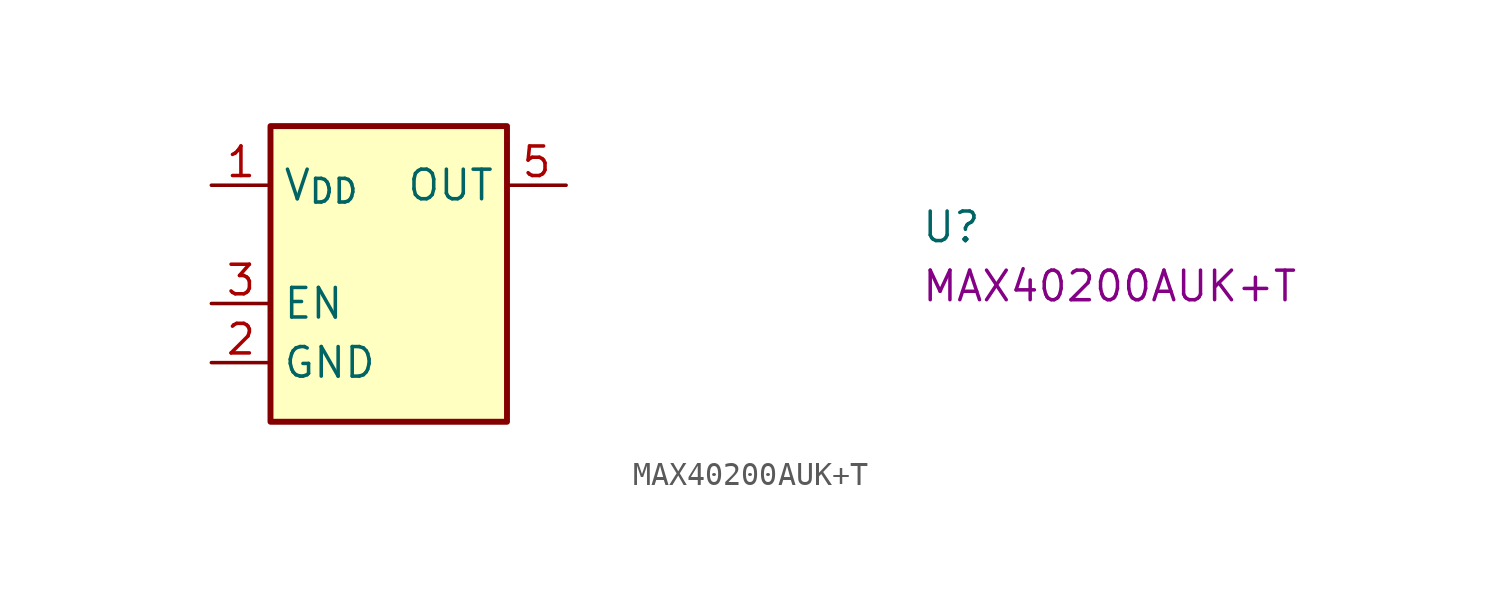
<source format=kicad_sym>
(kicad_symbol_lib
  (version 20220914)
  (generator kicad_symbol_editor)
  (symbol "MAX40200AUK+T"
    (property "Reference" "U"
      (at 30.48 -2.54 0)
      (effects (font (size 1.27 1.27) (thickness 0.15)) (justify left bottom)))
    (property "MPN" "MAX40200AUK+T"
      (at 30.48 -5.08 0)
      (effects (font (size 1.27 1.27) (thickness 0.15)) (justify left bottom)))
    (symbol "MAX40200AUK+T_1_1"
      (rectangle (start 2.54 2.54) (end 12.7 -10.16) (stroke (width 0.254) (type default)) (fill (type background)))
      (pin power_in line (at 0 0 0) (length 2.54) (name "V_{DD}" (effects (font (size 1.27 1.27)))) (number "1" (effects (font (size 1.27 1.27)))))
      (pin power_in line (at 0 -7.62 0) (length 2.54) (name "GND" (effects (font (size 1.27 1.27)))) (number "2" (effects (font (size 1.27 1.27)))))
      (pin passive line (at 0 -5.08 0) (length 2.54) (name "EN" (effects (font (size 1.27 1.27)))) (number "3" (effects (font (size 1.27 1.27)))))
      (pin no_connect line (at 12.7 -5.08 180) (length 2.54) hide (name "NC" (effects (font (size 1.27 1.27)))) (number "4" (effects (font (size 1.27 1.27)))))
      (pin power_out line (at 15.24 0 180) (length 2.54) (name "OUT" (effects (font (size 1.27 1.27)))) (number "5" (effects (font (size 1.27 1.27))))))))
</source>
